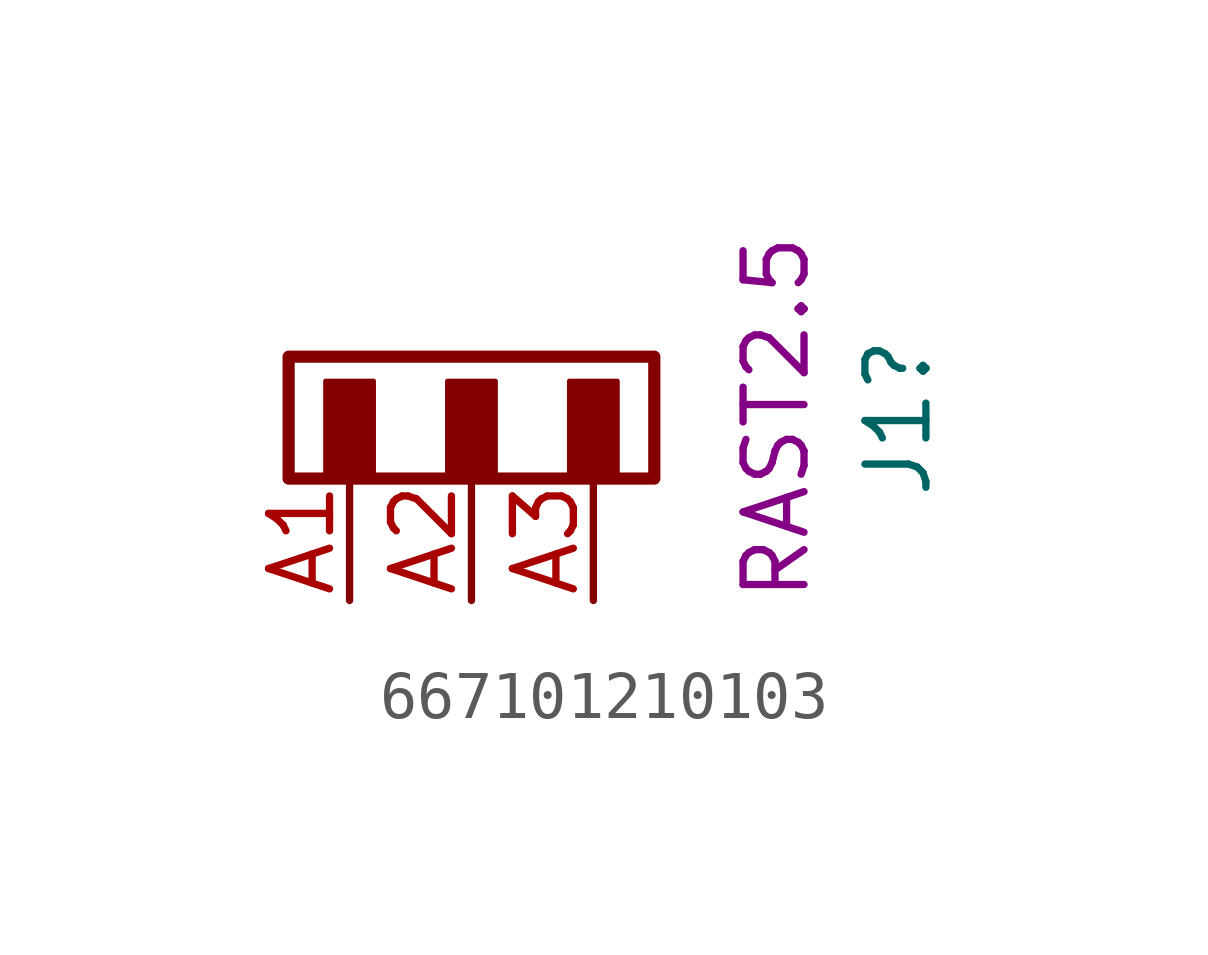
<source format=kicad_sym>
(kicad_symbol_lib
  (version 20241209)
  (generator "kicad_symbol_editor")
  (generator_version "9.0")
  (symbol "667101210103"
    (pin_names
      (hide yes))
    (property "Reference" "J1"
      (at 8.89 0 90)
      (effects (font (size 1.27 1.27))))
    (property "Critical Parameter" "RAST2.5"
      (at 6.35 0 90)
      (effects (font (size 1.27 1.27))))
    (symbol "667101210103_0_1"
      (rectangle (start -3.81 1.27) (end 3.81 -1.27) (stroke (width 0.254) (type default)) (fill (type none)))
      (rectangle (start -3.04 0.762) (end -2.04 -1.27) (stroke (width 0.1) (type default)) (fill (type outline)))
      (rectangle (start -0.5 0.762) (end 0.5 -1.27) (stroke (width 0.1) (type default)) (fill (type outline)))
      (rectangle (start 2.04 0.762) (end 3.04 -1.27) (stroke (width 0.1) (type default)) (fill (type outline))))
    (symbol "667101210103_1_1"
      (pin passive line (at -2.54 -3.81 90) (length 2.54) (name "A1" (effects (font (size 1.27 1.27)))) (number "A1" (effects (font (size 1.27 1.27)))))
      (pin passive line (at -2.54 -3.81 90) (length 2.54) (hide yes) (name "B1" (effects (font (size 1.27 1.27)))) (number "B1" (effects (font (size 1.27 1.27)))))
      (pin passive line (at 0 -3.81 90) (length 2.54) (name "A2" (effects (font (size 1.27 1.27)))) (number "A2" (effects (font (size 1.27 1.27)))))
      (pin passive line (at 0 -3.81 90) (length 2.54) (hide yes) (name "B2" (effects (font (size 1.27 1.27)))) (number "B2" (effects (font (size 1.27 1.27)))))
      (pin passive line (at 2.54 -3.81 90) (length 2.54) (name "A3" (effects (font (size 1.27 1.27)))) (number "A3" (effects (font (size 1.27 1.27)))))
      (pin passive line (at 2.54 -3.81 90) (length 2.54) (hide yes) (name "B3" (effects (font (size 1.27 1.27)))) (number "B3" (effects (font (size 1.27 1.27))))))))
</source>
